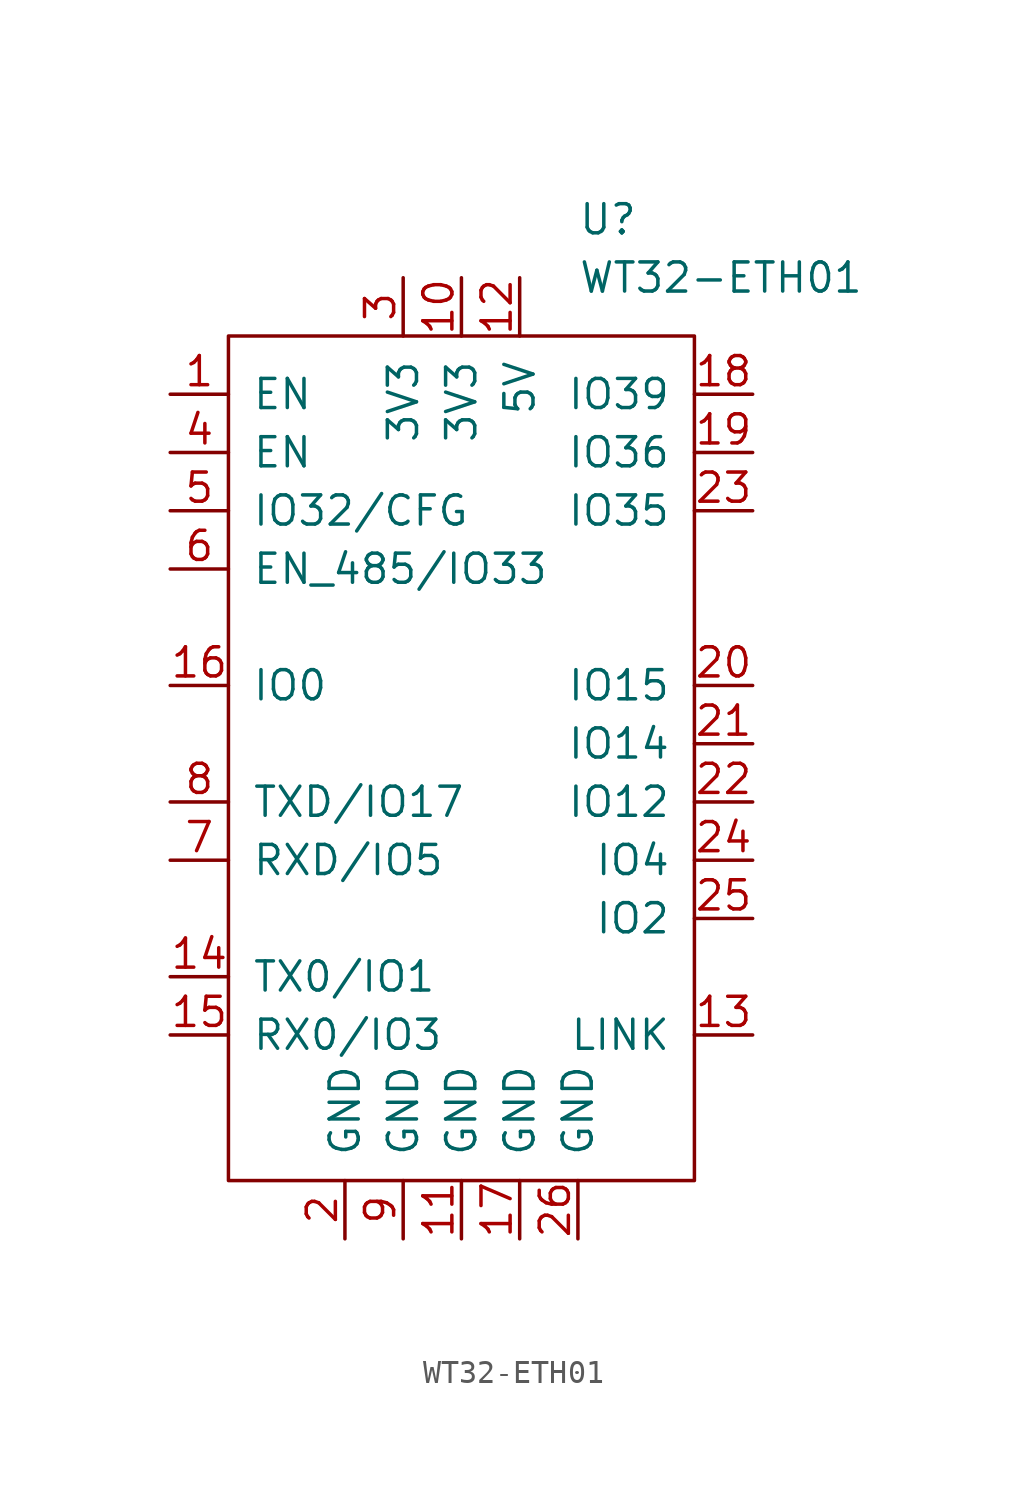
<source format=kicad_sym>
(kicad_symbol_lib
  (version 20241209)
  (generator "kicad_symbol_editor")
  (generator_version "9.0")
  (symbol "WT32-ETH01"
    (pin_names
      (offset 1.016))
    (property "Reference" "U"
      (at 5.08 -2.54 0)
      (effects (font (size 1.27 1.27)) (justify left)))
    (property "Value" "WT32-ETH01"
      (at 5.08 -5.08 0)
      (effects (font (size 1.27 1.27)) (justify left)))
    (symbol "WT32-ETH01_0_1"
      (rectangle (start -10.16 -7.62) (end 10.16 -44.45) (stroke (width 0) (type default)) (fill (type none))))
    (symbol "WT32-ETH01_1_1"
      (pin input line (at -12.7 -10.16 0) (length 2.54) (name "EN" (effects (font (size 1.27 1.27)))) (number "1" (effects (font (size 1.27 1.27)))))
      (pin input line (at -12.7 -12.7 0) (length 2.54) (name "EN" (effects (font (size 1.27 1.27)))) (number "4" (effects (font (size 1.27 1.27)))))
      (pin bidirectional line (at -12.7 -15.24 0) (length 2.54) (name "IO32/CFG" (effects (font (size 1.27 1.27)))) (number "5" (effects (font (size 1.27 1.27)))))
      (pin bidirectional line (at -12.7 -17.78 0) (length 2.54) (name "EN_485/IO33" (effects (font (size 1.27 1.27)))) (number "6" (effects (font (size 1.27 1.27)))))
      (pin input line (at -12.7 -22.86 0) (length 2.54) (name "IO0" (effects (font (size 1.27 1.27)))) (number "16" (effects (font (size 1.27 1.27)))))
      (pin bidirectional line (at -12.7 -27.94 0) (length 2.54) (name "TXD/IO17" (effects (font (size 1.27 1.27)))) (number "8" (effects (font (size 1.27 1.27)))))
      (pin bidirectional line (at -12.7 -30.48 0) (length 2.54) (name "RXD/IO5" (effects (font (size 1.27 1.27)))) (number "7" (effects (font (size 1.27 1.27)))))
      (pin output line (at -12.7 -35.56 0) (length 2.54) (name "TX0/IO1" (effects (font (size 1.27 1.27)))) (number "14" (effects (font (size 1.27 1.27)))))
      (pin input line (at -12.7 -38.1 0) (length 2.54) (name "RX0/IO3" (effects (font (size 1.27 1.27)))) (number "15" (effects (font (size 1.27 1.27)))))
      (pin power_in line (at -5.08 -46.99 90) (length 2.54) (name "GND" (effects (font (size 1.27 1.27)))) (number "2" (effects (font (size 1.27 1.27)))))
      (pin power_in line (at -2.54 -5.08 270) (length 2.54) (name "3V3" (effects (font (size 1.27 1.27)))) (number "3" (effects (font (size 1.27 1.27)))))
      (pin power_in line (at -2.54 -46.99 90) (length 2.54) (name "GND" (effects (font (size 1.27 1.27)))) (number "9" (effects (font (size 1.27 1.27)))))
      (pin power_in line (at 0 -5.08 270) (length 2.54) (name "3V3" (effects (font (size 1.27 1.27)))) (number "10" (effects (font (size 1.27 1.27)))))
      (pin power_in line (at 0 -46.99 90) (length 2.54) (name "GND" (effects (font (size 1.27 1.27)))) (number "11" (effects (font (size 1.27 1.27)))))
      (pin power_in line (at 2.54 -5.08 270) (length 2.54) (name "5V" (effects (font (size 1.27 1.27)))) (number "12" (effects (font (size 1.27 1.27)))))
      (pin power_in line (at 2.54 -46.99 90) (length 2.54) (name "GND" (effects (font (size 1.27 1.27)))) (number "17" (effects (font (size 1.27 1.27)))))
      (pin power_in line (at 5.08 -46.99 90) (length 2.54) (name "GND" (effects (font (size 1.27 1.27)))) (number "26" (effects (font (size 1.27 1.27)))))
      (pin input line (at 12.7 -10.16 180) (length 2.54) (name "IO39" (effects (font (size 1.27 1.27)))) (number "18" (effects (font (size 1.27 1.27)))))
      (pin input line (at 12.7 -12.7 180) (length 2.54) (name "IO36" (effects (font (size 1.27 1.27)))) (number "19" (effects (font (size 1.27 1.27)))))
      (pin input line (at 12.7 -15.24 180) (length 2.54) (name "IO35" (effects (font (size 1.27 1.27)))) (number "23" (effects (font (size 1.27 1.27)))))
      (pin bidirectional line (at 12.7 -22.86 180) (length 2.54) (name "IO15" (effects (font (size 1.27 1.27)))) (number "20" (effects (font (size 1.27 1.27)))))
      (pin bidirectional line (at 12.7 -25.4 180) (length 2.54) (name "IO14" (effects (font (size 1.27 1.27)))) (number "21" (effects (font (size 1.27 1.27)))))
      (pin bidirectional line (at 12.7 -27.94 180) (length 2.54) (name "IO12" (effects (font (size 1.27 1.27)))) (number "22" (effects (font (size 1.27 1.27)))))
      (pin bidirectional line (at 12.7 -30.48 180) (length 2.54) (name "IO4" (effects (font (size 1.27 1.27)))) (number "24" (effects (font (size 1.27 1.27)))))
      (pin bidirectional line (at 12.7 -33.02 180) (length 2.54) (name "IO2" (effects (font (size 1.27 1.27)))) (number "25" (effects (font (size 1.27 1.27)))))
      (pin output line (at 12.7 -38.1 180) (length 2.54) (name "LINK" (effects (font (size 1.27 1.27)))) (number "13" (effects (font (size 1.27 1.27))))))))
</source>
